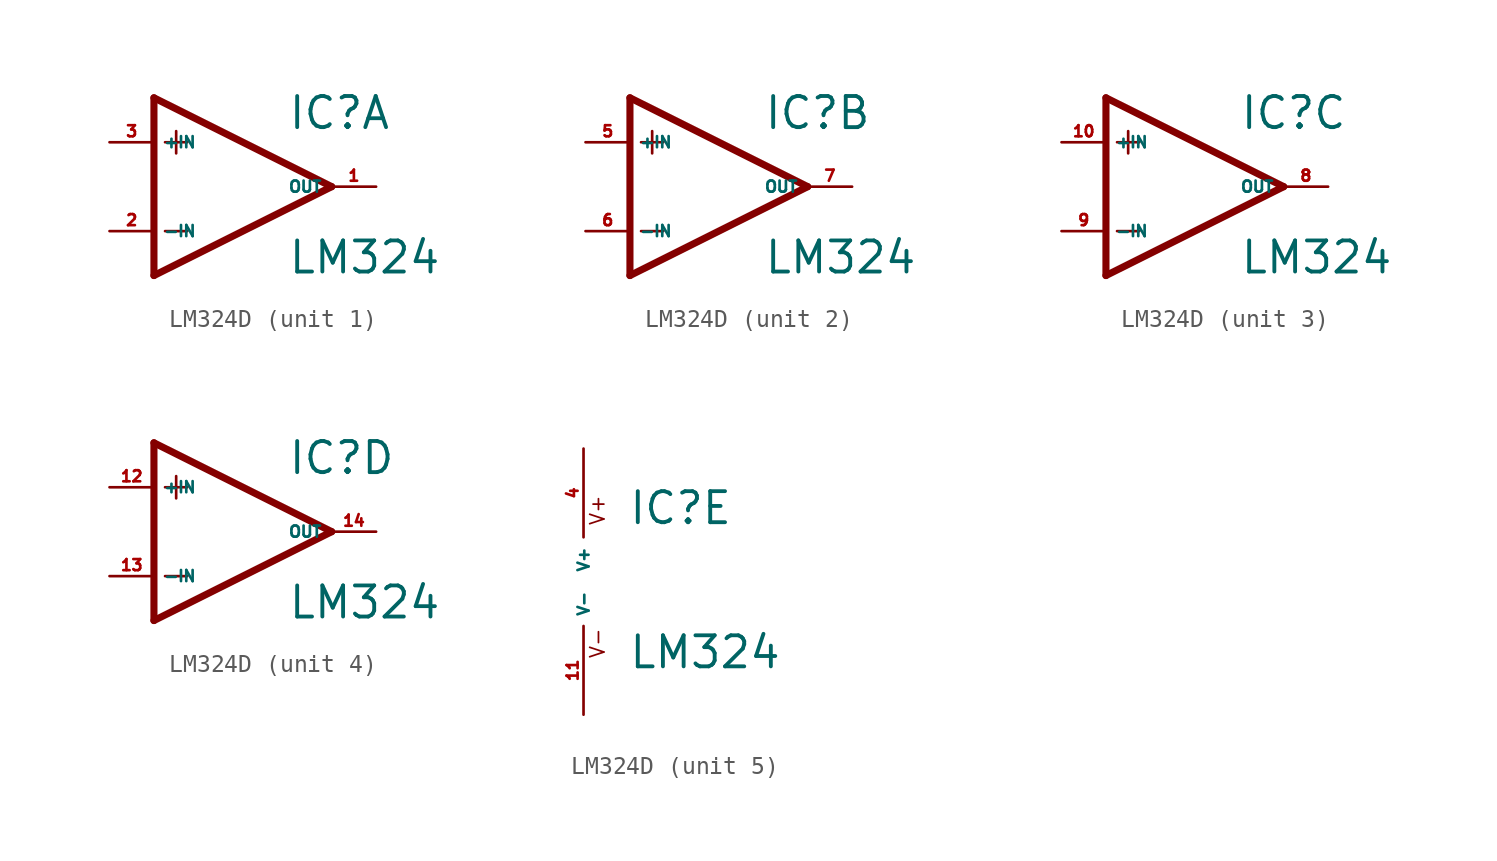
<source format=kicad_sym>
(kicad_symbol_lib
  (version 20220914)
  (generator Eagle2Kicad)
  (symbol "LM324D"
    (property "Reference" "IC"
      (at 2.54 3.175 0)
      (effects (font (size 1.778 1.778) (thickness 0.22)) (justify left bottom)))
    (property "Value" "LM324"
      (at 2.54 -5.08 0)
      (effects (font (size 1.778 1.778) (thickness 0.22)) (justify left bottom)))
    (symbol "LM324D_1_0"
      (polyline (pts (xy -5.08 5.08) (xy -5.08 -5.08)) (stroke (width 0.406) (type default)) (fill (type none)))
      (polyline (pts (xy -5.08 -5.08) (xy 5.08 0)) (stroke (width 0.406) (type default)) (fill (type none)))
      (polyline (pts (xy 5.08 0) (xy -5.08 5.08)) (stroke (width 0.406) (type default)) (fill (type none)))
      (polyline (pts (xy -3.81 3.175) (xy -3.81 1.905)) (stroke (width 0.152) (type default)) (fill (type none)))
      (polyline (pts (xy -4.445 2.54) (xy -3.175 2.54)) (stroke (width 0.152) (type default)) (fill (type none)))
      (polyline (pts (xy -4.445 -2.54) (xy -3.175 -2.54)) (stroke (width 0.152) (type default)) (fill (type none)))
      (pin input line (at -7.62 -2.54 0) (length 2.54) (name "-IN" (effects (font (size 0.635 0.635) (thickness 0.08)) (justify left bottom))) (number "2" (effects (font (size 0.635 0.635) (thickness 0.08)) (justify left bottom))))
      (pin input line (at -7.62 2.54 0) (length 2.54) (name "+IN" (effects (font (size 0.635 0.635) (thickness 0.08)) (justify left bottom))) (number "3" (effects (font (size 0.635 0.635) (thickness 0.08)) (justify left bottom))))
      (pin output line (at 7.62 0 180) (length 2.54) (name "OUT" (effects (font (size 0.635 0.635) (thickness 0.08)) (justify left bottom))) (number "1" (effects (font (size 0.635 0.635) (thickness 0.08)) (justify left bottom)))))
    (symbol "LM324D_2_0"
      (polyline (pts (xy -5.08 5.08) (xy -5.08 -5.08)) (stroke (width 0.406) (type default)) (fill (type none)))
      (polyline (pts (xy -5.08 -5.08) (xy 5.08 0)) (stroke (width 0.406) (type default)) (fill (type none)))
      (polyline (pts (xy 5.08 0) (xy -5.08 5.08)) (stroke (width 0.406) (type default)) (fill (type none)))
      (polyline (pts (xy -3.81 3.175) (xy -3.81 1.905)) (stroke (width 0.152) (type default)) (fill (type none)))
      (polyline (pts (xy -4.445 2.54) (xy -3.175 2.54)) (stroke (width 0.152) (type default)) (fill (type none)))
      (polyline (pts (xy -4.445 -2.54) (xy -3.175 -2.54)) (stroke (width 0.152) (type default)) (fill (type none)))
      (pin input line (at -7.62 -2.54 0) (length 2.54) (name "-IN" (effects (font (size 0.635 0.635) (thickness 0.08)) (justify left bottom))) (number "6" (effects (font (size 0.635 0.635) (thickness 0.08)) (justify left bottom))))
      (pin input line (at -7.62 2.54 0) (length 2.54) (name "+IN" (effects (font (size 0.635 0.635) (thickness 0.08)) (justify left bottom))) (number "5" (effects (font (size 0.635 0.635) (thickness 0.08)) (justify left bottom))))
      (pin output line (at 7.62 0 180) (length 2.54) (name "OUT" (effects (font (size 0.635 0.635) (thickness 0.08)) (justify left bottom))) (number "7" (effects (font (size 0.635 0.635) (thickness 0.08)) (justify left bottom)))))
    (symbol "LM324D_3_0"
      (polyline (pts (xy -5.08 5.08) (xy -5.08 -5.08)) (stroke (width 0.406) (type default)) (fill (type none)))
      (polyline (pts (xy -5.08 -5.08) (xy 5.08 0)) (stroke (width 0.406) (type default)) (fill (type none)))
      (polyline (pts (xy 5.08 0) (xy -5.08 5.08)) (stroke (width 0.406) (type default)) (fill (type none)))
      (polyline (pts (xy -3.81 3.175) (xy -3.81 1.905)) (stroke (width 0.152) (type default)) (fill (type none)))
      (polyline (pts (xy -4.445 2.54) (xy -3.175 2.54)) (stroke (width 0.152) (type default)) (fill (type none)))
      (polyline (pts (xy -4.445 -2.54) (xy -3.175 -2.54)) (stroke (width 0.152) (type default)) (fill (type none)))
      (pin input line (at -7.62 -2.54 0) (length 2.54) (name "-IN" (effects (font (size 0.635 0.635) (thickness 0.08)) (justify left bottom))) (number "9" (effects (font (size 0.635 0.635) (thickness 0.08)) (justify left bottom))))
      (pin input line (at -7.62 2.54 0) (length 2.54) (name "+IN" (effects (font (size 0.635 0.635) (thickness 0.08)) (justify left bottom))) (number "10" (effects (font (size 0.635 0.635) (thickness 0.08)) (justify left bottom))))
      (pin output line (at 7.62 0 180) (length 2.54) (name "OUT" (effects (font (size 0.635 0.635) (thickness 0.08)) (justify left bottom))) (number "8" (effects (font (size 0.635 0.635) (thickness 0.08)) (justify left bottom)))))
    (symbol "LM324D_4_0"
      (polyline (pts (xy -5.08 5.08) (xy -5.08 -5.08)) (stroke (width 0.406) (type default)) (fill (type none)))
      (polyline (pts (xy -5.08 -5.08) (xy 5.08 0)) (stroke (width 0.406) (type default)) (fill (type none)))
      (polyline (pts (xy 5.08 0) (xy -5.08 5.08)) (stroke (width 0.406) (type default)) (fill (type none)))
      (polyline (pts (xy -3.81 3.175) (xy -3.81 1.905)) (stroke (width 0.152) (type default)) (fill (type none)))
      (polyline (pts (xy -4.445 2.54) (xy -3.175 2.54)) (stroke (width 0.152) (type default)) (fill (type none)))
      (polyline (pts (xy -4.445 -2.54) (xy -3.175 -2.54)) (stroke (width 0.152) (type default)) (fill (type none)))
      (pin input line (at -7.62 -2.54 0) (length 2.54) (name "-IN" (effects (font (size 0.635 0.635) (thickness 0.08)) (justify left bottom))) (number "13" (effects (font (size 0.635 0.635) (thickness 0.08)) (justify left bottom))))
      (pin input line (at -7.62 2.54 0) (length 2.54) (name "+IN" (effects (font (size 0.635 0.635) (thickness 0.08)) (justify left bottom))) (number "12" (effects (font (size 0.635 0.635) (thickness 0.08)) (justify left bottom))))
      (pin output line (at 7.62 0 180) (length 2.54) (name "OUT" (effects (font (size 0.635 0.635) (thickness 0.08)) (justify left bottom))) (number "14" (effects (font (size 0.635 0.635) (thickness 0.08)) (justify left bottom)))))
    (symbol "LM324D_5_0"
      (text "V+" (at 1.27 3.175 900) (effects (font (size 0.813 0.813) (thickness 0.10)) (justify left bottom)))
      (text "V-" (at 1.27 -4.445 900) (effects (font (size 0.813 0.813) (thickness 0.10)) (justify left bottom)))
      (pin unspecified line (at 0 7.62 270) (length 5.08) (name "V+" (effects (font (size 0.635 0.635) (thickness 0.08)) (justify left bottom))) (number "4" (effects (font (size 0.635 0.635) (thickness 0.08)) (justify left bottom))))
      (pin unspecified line (at 0 -7.62 90) (length 5.08) (name "V-" (effects (font (size 0.635 0.635) (thickness 0.08)) (justify left bottom))) (number "11" (effects (font (size 0.635 0.635) (thickness 0.08)) (justify left bottom)))))))
</source>
